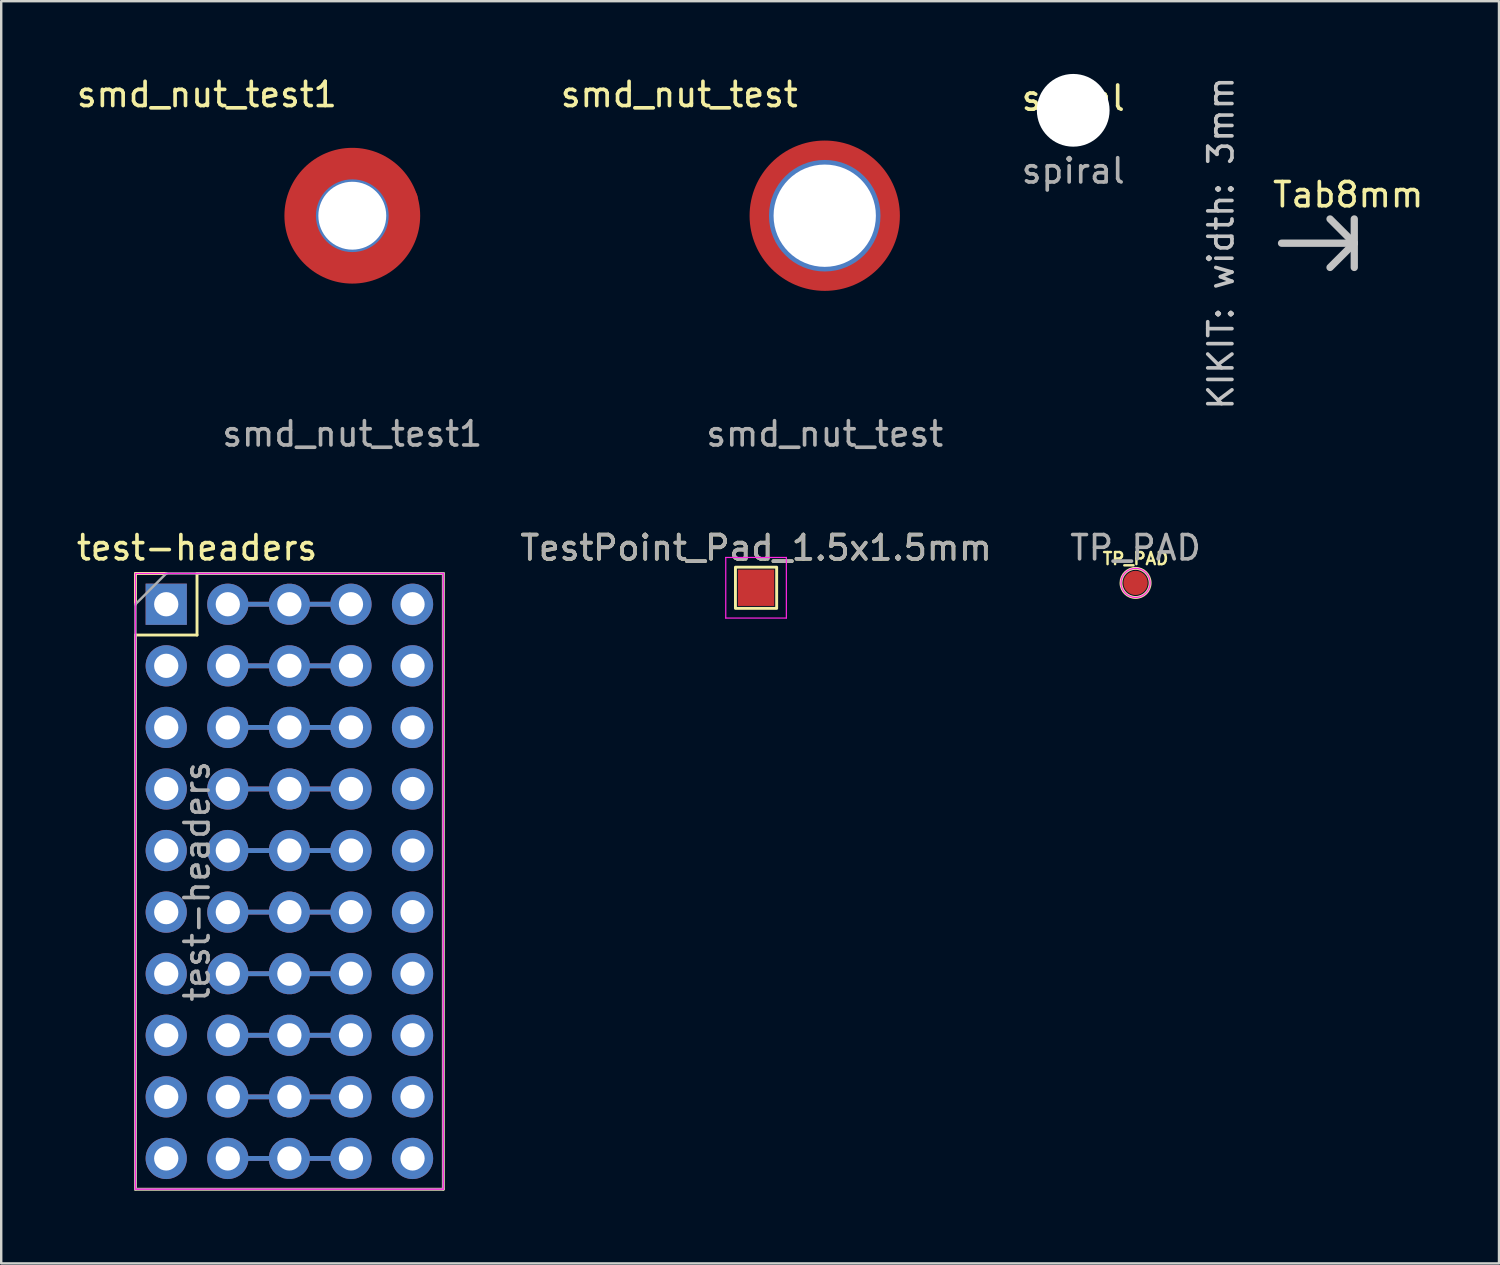
<source format=kicad_pcb>
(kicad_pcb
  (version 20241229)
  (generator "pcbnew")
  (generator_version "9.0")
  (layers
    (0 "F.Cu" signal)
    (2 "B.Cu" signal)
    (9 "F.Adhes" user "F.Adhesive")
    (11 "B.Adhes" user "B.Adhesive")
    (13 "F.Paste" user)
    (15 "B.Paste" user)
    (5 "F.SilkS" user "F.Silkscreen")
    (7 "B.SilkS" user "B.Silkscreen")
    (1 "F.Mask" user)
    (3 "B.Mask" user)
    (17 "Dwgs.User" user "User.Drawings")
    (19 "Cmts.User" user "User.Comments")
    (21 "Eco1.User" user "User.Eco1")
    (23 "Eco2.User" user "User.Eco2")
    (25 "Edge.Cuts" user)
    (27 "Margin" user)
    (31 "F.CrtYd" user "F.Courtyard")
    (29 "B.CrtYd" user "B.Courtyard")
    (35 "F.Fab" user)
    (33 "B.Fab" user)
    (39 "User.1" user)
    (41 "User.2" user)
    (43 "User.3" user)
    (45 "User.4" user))
  (footprint "TestPoint_Pad_1.5x1.5mm"
    (layer "F.Cu")
    (at 28.137 21.195)
    (property "Reference" "TestPoint_Pad_1.5x1.5mm" (at 0 -1.648 0) (layer "F.SilkS") (effects (font (size 1 1) (thickness 0.15))))
    (attr exclude_from_pos_files exclude_from_bom)
    (fp_rect (start 0.85 0.85) (end -0.85 -0.85) (stroke (width 0.12) (type default)) (fill no) (layer "F.SilkS"))
    (fp_line (start -1.25 -1.25) (end -1.25 1.25) (stroke (width 0.05) (type solid)) (layer "F.CrtYd"))
    (fp_line (start -1.25 -1.25) (end 1.25 -1.25) (stroke (width 0.05) (type solid)) (layer "F.CrtYd"))
    (fp_line (start 1.25 1.25) (end -1.25 1.25) (stroke (width 0.05) (type solid)) (layer "F.CrtYd"))
    (fp_line (start 1.25 1.25) (end 1.25 -1.25) (stroke (width 0.05) (type solid)) (layer "F.CrtYd"))
    (fp_text user "${REFERENCE}" (at 0 -1.65 0) (layer "F.Fab") (effects (font (size 1 1) (thickness 0.15))))
    (pad "1" smd rect (at 0 0) (size 1.5 1.5) (layers "F.Cu" "F.Mask")))
  (footprint "test-headers"
    (layer "F.Cu")
    (at 3.807 21.875)
    (property "Reference" "test-headers" (at 1.27 -2.33 0) (layer "F.SilkS") (effects (font (size 1 1) (thickness 0.15))))
    (attr through_hole exclude_from_pos_files exclude_from_bom dnp)
    (fp_line (start -1.27 -1.27) (end 0 -1.27) (stroke (width 0.12) (type solid)) (layer "F.SilkS"))
    (fp_line (start -1.27 0) (end -1.27 -1.27) (stroke (width 0.12) (type solid)) (layer "F.SilkS"))
    (fp_line (start -1.27 1.27) (end -1.27 24.13) (stroke (width 0.12) (type solid)) (layer "F.SilkS"))
    (fp_line (start -1.27 1.27) (end 1.27 1.27) (stroke (width 0.12) (type solid)) (layer "F.SilkS"))
    (fp_line (start -1.27 24.13) (end 11.43 24.13) (stroke (width 0.12) (type solid)) (layer "F.SilkS"))
    (fp_line (start 1.27 -1.27) (end 11.43 -1.27) (stroke (width 0.12) (type solid)) (layer "F.SilkS"))
    (fp_line (start 1.27 1.27) (end 1.27 -1.27) (stroke (width 0.12) (type solid)) (layer "F.SilkS"))
    (fp_line (start 11.43 -1.27) (end 11.43 24.13) (stroke (width 0.12) (type solid)) (layer "F.SilkS"))
    (fp_line (start -1.27 -1.27) (end -1.27 24.13) (stroke (width 0.05) (type solid)) (layer "F.CrtYd"))
    (fp_line (start -1.27 24.13) (end 11.43 24.13) (stroke (width 0.05) (type solid)) (layer "F.CrtYd"))
    (fp_line (start 11.43 -1.27) (end -1.27 -1.27) (stroke (width 0.05) (type solid)) (layer "F.CrtYd"))
    (fp_line (start 11.43 24.13) (end 11.43 -1.27) (stroke (width 0.05) (type solid)) (layer "F.CrtYd"))
    (fp_line (start -1.27 0) (end 0 -1.27) (stroke (width 0.1) (type solid)) (layer "F.Fab"))
    (fp_line (start -1.27 24.13) (end -1.27 0) (stroke (width 0.1) (type solid)) (layer "F.Fab"))
    (fp_line (start 0 -1.27) (end 11.43 -1.27) (stroke (width 0.1) (type solid)) (layer "F.Fab"))
    (fp_line (start 11.43 -1.27) (end 11.43 24.13) (stroke (width 0.1) (type solid)) (layer "F.Fab"))
    (fp_line (start 11.43 24.13) (end -1.27 24.13) (stroke (width 0.1) (type solid)) (layer "F.Fab"))
    (fp_text user "${REFERENCE}" (at 1.27 11.43 90) (layer "F.Fab") (effects (font (size 1 1) (thickness 0.15))))
    (pad "1" thru_hole rect (at 0 0) (size 1.7 1.7) (drill 1) (layers "*.Cu" "*.Mask"))
    (pad "2" thru_hole oval (at 2.54 0) (size 1.7 1.7) (drill 1) (layers "*.Cu" "*.Mask"))
    (pad "2" thru_hole custom (at 5.08 0) (size 1.7 1.7) (drill 1) (layers "*.Cu" "*.Mask") (options (anchor circle)) (primitives (gr_line (start 0 0) (end 2.54 0) (width 0.2)) (gr_line (start 0 0) (end -2.54 0) (width 0.2)) (gr_poly (pts (xy 0.85 0) (xy 0.831 -0.177) (xy 0.777 -0.346) (xy 0.688 -0.5) (xy 0.569 -0.632) (xy 0.425 -0.736) (xy 0.263 -0.808) (xy 0.089 -0.845) (xy -0.089 -0.845) (xy -0.263 -0.808) (xy -0.425 -0.736) (xy -0.569 -0.632) (xy -0.688 -0.5) (xy -0.777 -0.346) (xy -0.831 -0.177) (xy -0.85 0) (xy -0.831 0.177) (xy -0.777 0.346) (xy -0.688 0.5) (xy -0.569 0.632) (xy -0.425 0.736) (xy -0.263 0.808) (xy -0.089 0.845) (xy 0.089 0.845) (xy 0.263 0.808) (xy 0.425 0.736) (xy 0.569 0.632) (xy 0.688 0.5) (xy 0.777 0.346) (xy 0.831 0.177) (xy 0.85 0)) (width 0) (fill yes))))
    (pad "2" thru_hole oval (at 7.62 0) (size 1.7 1.7) (drill 1) (layers "*.Cu" "*.Mask"))
    (pad "3" thru_hole oval (at 0 2.54) (size 1.7 1.7) (drill 1) (layers "*.Cu" "*.Mask"))
    (pad "4" thru_hole oval (at 2.54 2.54) (size 1.7 1.7) (drill 1) (layers "*.Cu" "*.Mask"))
    (pad "4" thru_hole custom (at 5.08 2.54) (size 1.7 1.7) (drill 1) (layers "*.Cu" "*.Mask") (options (anchor circle)) (primitives (gr_poly (pts (xy 0.85 0) (xy 0.831 -0.177) (xy 0.777 -0.346) (xy 0.688 -0.5) (xy 0.569 -0.632) (xy 0.425 -0.736) (xy 0.263 -0.808) (xy 0.089 -0.845) (xy -0.089 -0.845) (xy -0.263 -0.808) (xy -0.425 -0.736) (xy -0.569 -0.632) (xy -0.688 -0.5) (xy -0.777 -0.346) (xy -0.831 -0.177) (xy -0.85 0) (xy -0.831 0.177) (xy -0.777 0.346) (xy -0.688 0.5) (xy -0.569 0.632) (xy -0.425 0.736) (xy -0.263 0.808) (xy -0.089 0.845) (xy 0.089 0.845) (xy 0.263 0.808) (xy 0.425 0.736) (xy 0.569 0.632) (xy 0.688 0.5) (xy 0.777 0.346) (xy 0.831 0.177) (xy 0.85 0)) (width 0) (fill yes)) (gr_line (start 2.54 0) (end -2.54 0) (width 0.2)) (gr_line (start 0 0) (end 2.54 0) (width 0.2))))
    (pad "4" thru_hole oval (at 7.62 2.54) (size 1.7 1.7) (drill 1) (layers "*.Cu" "*.Mask"))
    (pad "5" thru_hole oval (at 0 5.08) (size 1.7 1.7) (drill 1) (layers "*.Cu" "*.Mask"))
    (pad "6" thru_hole oval (at 2.54 5.08) (size 1.7 1.7) (drill 1) (layers "*.Cu" "*.Mask"))
    (pad "6" thru_hole custom (at 5.08 5.08) (size 1.7 1.7) (drill 1) (layers "*.Cu" "*.Mask") (options (anchor circle)) (primitives (gr_poly (pts (xy 0.85 0) (xy 0.831 -0.177) (xy 0.777 -0.346) (xy 0.688 -0.5) (xy 0.569 -0.632) (xy 0.425 -0.736) (xy 0.263 -0.808) (xy 0.089 -0.845) (xy -0.089 -0.845) (xy -0.263 -0.808) (xy -0.425 -0.736) (xy -0.569 -0.632) (xy -0.688 -0.5) (xy -0.777 -0.346) (xy -0.831 -0.177) (xy -0.85 0) (xy -0.831 0.177) (xy -0.777 0.346) (xy -0.688 0.5) (xy -0.569 0.632) (xy -0.425 0.736) (xy -0.263 0.808) (xy -0.089 0.845) (xy 0.089 0.845) (xy 0.263 0.808) (xy 0.425 0.736) (xy 0.569 0.632) (xy 0.688 0.5) (xy 0.777 0.346) (xy 0.831 0.177) (xy 0.85 0)) (width 0) (fill yes)) (gr_line (start 2.54 0) (end -2.54 0) (width 0.2)) (gr_line (start 0 0) (end 2.54 0) (width 0.2))))
    (pad "6" thru_hole oval (at 7.62 5.08) (size 1.7 1.7) (drill 1) (layers "*.Cu" "*.Mask"))
    (pad "7" thru_hole oval (at 0 7.62) (size 1.7 1.7) (drill 1) (layers "*.Cu" "*.Mask"))
    (pad "8" thru_hole oval (at 2.54 7.62) (size 1.7 1.7) (drill 1) (layers "*.Cu" "*.Mask"))
    (pad "8" thru_hole custom (at 5.08 7.62) (size 1.7 1.7) (drill 1) (layers "*.Cu" "*.Mask") (options (anchor circle)) (primitives (gr_poly (pts (xy 0.85 0) (xy 0.831 -0.177) (xy 0.777 -0.346) (xy 0.688 -0.5) (xy 0.569 -0.632) (xy 0.425 -0.736) (xy 0.263 -0.808) (xy 0.089 -0.845) (xy -0.089 -0.845) (xy -0.263 -0.808) (xy -0.425 -0.736) (xy -0.569 -0.632) (xy -0.688 -0.5) (xy -0.777 -0.346) (xy -0.831 -0.177) (xy -0.85 0) (xy -0.831 0.177) (xy -0.777 0.346) (xy -0.688 0.5) (xy -0.569 0.632) (xy -0.425 0.736) (xy -0.263 0.808) (xy -0.089 0.845) (xy 0.089 0.845) (xy 0.263 0.808) (xy 0.425 0.736) (xy 0.569 0.632) (xy 0.688 0.5) (xy 0.777 0.346) (xy 0.831 0.177) (xy 0.85 0)) (width 0) (fill yes)) (gr_line (start 2.54 0) (end -2.54 0) (width 0.2))))
    (pad "8" thru_hole oval (at 7.62 7.62) (size 1.7 1.7) (drill 1) (layers "*.Cu" "*.Mask"))
    (pad "9" thru_hole oval (at 0 10.16) (size 1.7 1.7) (drill 1) (layers "*.Cu" "*.Mask"))
    (pad "10" thru_hole oval (at 2.54 10.16) (size 1.7 1.7) (drill 1) (layers "*.Cu" "*.Mask"))
    (pad "10" thru_hole custom (at 5.08 10.16) (size 1.7 1.7) (drill 1) (layers "*.Cu" "*.Mask") (options (anchor circle)) (primitives (gr_poly (pts (xy 0.85 0) (xy 0.831 -0.177) (xy 0.777 -0.346) (xy 0.688 -0.5) (xy 0.569 -0.632) (xy 0.425 -0.736) (xy 0.263 -0.808) (xy 0.089 -0.845) (xy -0.089 -0.845) (xy -0.263 -0.808) (xy -0.425 -0.736) (xy -0.569 -0.632) (xy -0.688 -0.5) (xy -0.777 -0.346) (xy -0.831 -0.177) (xy -0.85 0) (xy -0.831 0.177) (xy -0.777 0.346) (xy -0.688 0.5) (xy -0.569 0.632) (xy -0.425 0.736) (xy -0.263 0.808) (xy -0.089 0.845) (xy 0.089 0.845) (xy 0.263 0.808) (xy 0.425 0.736) (xy 0.569 0.632) (xy 0.688 0.5) (xy 0.777 0.346) (xy 0.831 0.177) (xy 0.85 0)) (width 0) (fill yes)) (gr_line (start 2.54 0) (end -2.54 0) (width 0.2))))
    (pad "10" thru_hole oval (at 7.62 10.16) (size 1.7 1.7) (drill 1) (layers "*.Cu" "*.Mask"))
    (pad "11" thru_hole oval (at 0 12.7) (size 1.7 1.7) (drill 1) (layers "*.Cu" "*.Mask"))
    (pad "12" thru_hole oval (at 2.54 12.7) (size 1.7 1.7) (drill 1) (layers "*.Cu" "*.Mask"))
    (pad "12" thru_hole custom (at 5.08 12.7) (size 1.7 1.7) (drill 1) (layers "*.Cu" "*.Mask") (options (anchor circle)) (primitives (gr_poly (pts (xy 0.85 0) (xy 0.831 -0.177) (xy 0.777 -0.346) (xy 0.688 -0.5) (xy 0.569 -0.632) (xy 0.425 -0.736) (xy 0.263 -0.808) (xy 0.089 -0.845) (xy -0.089 -0.845) (xy -0.263 -0.808) (xy -0.425 -0.736) (xy -0.569 -0.632) (xy -0.688 -0.5) (xy -0.777 -0.346) (xy -0.831 -0.177) (xy -0.85 0) (xy -0.831 0.177) (xy -0.777 0.346) (xy -0.688 0.5) (xy -0.569 0.632) (xy -0.425 0.736) (xy -0.263 0.808) (xy -0.089 0.845) (xy 0.089 0.845) (xy 0.263 0.808) (xy 0.425 0.736) (xy 0.569 0.632) (xy 0.688 0.5) (xy 0.777 0.346) (xy 0.831 0.177) (xy 0.85 0)) (width 0) (fill yes)) (gr_line (start 2.54 0) (end -2.54 0) (width 0.2))))
    (pad "12" thru_hole oval (at 7.62 12.7) (size 1.7 1.7) (drill 1) (layers "*.Cu" "*.Mask"))
    (pad "13" thru_hole oval (at 0 15.24) (size 1.7 1.7) (drill 1) (layers "*.Cu" "*.Mask"))
    (pad "14" thru_hole oval (at 2.54 15.24) (size 1.7 1.7) (drill 1) (layers "*.Cu" "*.Mask"))
    (pad "14" thru_hole custom (at 5.08 15.24) (size 1.7 1.7) (drill 1) (layers "*.Cu" "*.Mask") (options (anchor circle)) (primitives (gr_poly (pts (xy 0.85 0) (xy 0.831 -0.177) (xy 0.777 -0.346) (xy 0.688 -0.5) (xy 0.569 -0.632) (xy 0.425 -0.736) (xy 0.263 -0.808) (xy 0.089 -0.845) (xy -0.089 -0.845) (xy -0.263 -0.808) (xy -0.425 -0.736) (xy -0.569 -0.632) (xy -0.688 -0.5) (xy -0.777 -0.346) (xy -0.831 -0.177) (xy -0.85 0) (xy -0.831 0.177) (xy -0.777 0.346) (xy -0.688 0.5) (xy -0.569 0.632) (xy -0.425 0.736) (xy -0.263 0.808) (xy -0.089 0.845) (xy 0.089 0.845) (xy 0.263 0.808) (xy 0.425 0.736) (xy 0.569 0.632) (xy 0.688 0.5) (xy 0.777 0.346) (xy 0.831 0.177) (xy 0.85 0)) (width 0) (fill yes)) (gr_line (start 2.54 0) (end -2.54 0) (width 0.2))))
    (pad "14" thru_hole oval (at 7.62 15.24) (size 1.7 1.7) (drill 1) (layers "*.Cu" "*.Mask"))
    (pad "15" thru_hole oval (at 0 17.78) (size 1.7 1.7) (drill 1) (layers "*.Cu" "*.Mask"))
    (pad "16" thru_hole oval (at 2.54 17.78) (size 1.7 1.7) (drill 1) (layers "*.Cu" "*.Mask"))
    (pad "16" thru_hole custom (at 5.08 17.78) (size 1.7 1.7) (drill 1) (layers "*.Cu" "*.Mask") (options (anchor circle)) (primitives (gr_poly (pts (xy 0.85 0) (xy 0.831 -0.177) (xy 0.777 -0.346) (xy 0.688 -0.5) (xy 0.569 -0.632) (xy 0.425 -0.736) (xy 0.263 -0.808) (xy 0.089 -0.845) (xy -0.089 -0.845) (xy -0.263 -0.808) (xy -0.425 -0.736) (xy -0.569 -0.632) (xy -0.688 -0.5) (xy -0.777 -0.346) (xy -0.831 -0.177) (xy -0.85 0) (xy -0.831 0.177) (xy -0.777 0.346) (xy -0.688 0.5) (xy -0.569 0.632) (xy -0.425 0.736) (xy -0.263 0.808) (xy -0.089 0.845) (xy 0.089 0.845) (xy 0.263 0.808) (xy 0.425 0.736) (xy 0.569 0.632) (xy 0.688 0.5) (xy 0.777 0.346) (xy 0.831 0.177) (xy 0.85 0)) (width 0) (fill yes)) (gr_line (start 2.54 0) (end -2.54 0) (width 0.2))))
    (pad "16" thru_hole oval (at 7.62 17.78) (size 1.7 1.7) (drill 1) (layers "*.Cu" "*.Mask"))
    (pad "17" thru_hole oval (at 0 20.32) (size 1.7 1.7) (drill 1) (layers "*.Cu" "*.Mask"))
    (pad "18" thru_hole oval (at 2.54 20.32) (size 1.7 1.7) (drill 1) (layers "*.Cu" "*.Mask"))
    (pad "18" thru_hole custom (at 5.08 20.32) (size 1.7 1.7) (drill 1) (layers "*.Cu" "*.Mask") (options (anchor circle)) (primitives (gr_poly (pts (xy 0.85 0) (xy 0.831 -0.177) (xy 0.777 -0.346) (xy 0.688 -0.5) (xy 0.569 -0.632) (xy 0.425 -0.736) (xy 0.263 -0.808) (xy 0.089 -0.845) (xy -0.089 -0.845) (xy -0.263 -0.808) (xy -0.425 -0.736) (xy -0.569 -0.632) (xy -0.688 -0.5) (xy -0.777 -0.346) (xy -0.831 -0.177) (xy -0.85 0) (xy -0.831 0.177) (xy -0.777 0.346) (xy -0.688 0.5) (xy -0.569 0.632) (xy -0.425 0.736) (xy -0.263 0.808) (xy -0.089 0.845) (xy 0.089 0.845) (xy 0.263 0.808) (xy 0.425 0.736) (xy 0.569 0.632) (xy 0.688 0.5) (xy 0.777 0.346) (xy 0.831 0.177) (xy 0.85 0)) (width 0) (fill yes)) (gr_line (start 2.54 0) (end -2.04 0) (width 0.2)) (gr_line (start -2.04 0) (end -2.54 0) (width 0.2))))
    (pad "18" thru_hole oval (at 7.62 20.32) (size 1.7 1.7) (drill 1) (layers "*.Cu" "*.Mask"))
    (pad "19" thru_hole oval (at 0 22.86) (size 1.7 1.7) (drill 1) (layers "*.Cu" "*.Mask"))
    (pad "19" thru_hole oval (at 10.16 0) (size 1.7 1.7) (drill 1) (layers "*.Cu" "*.Mask"))
    (pad "19" thru_hole oval (at 10.16 2.54) (size 1.7 1.7) (drill 1) (layers "*.Cu" "*.Mask"))
    (pad "19" thru_hole oval (at 10.16 5.08) (size 1.7 1.7) (drill 1) (layers "*.Cu" "*.Mask"))
    (pad "19" thru_hole oval (at 10.16 7.62) (size 1.7 1.7) (drill 1) (layers "*.Cu" "*.Mask"))
    (pad "19" thru_hole oval (at 10.16 10.16) (size 1.7 1.7) (drill 1) (layers "*.Cu" "*.Mask"))
    (pad "19" thru_hole oval (at 10.16 12.7) (size 1.7 1.7) (drill 1) (layers "*.Cu" "*.Mask"))
    (pad "19" thru_hole oval (at 10.16 15.24) (size 1.7 1.7) (drill 1) (layers "*.Cu" "*.Mask"))
    (pad "19" thru_hole oval (at 10.16 17.78) (size 1.7 1.7) (drill 1) (layers "*.Cu" "*.Mask"))
    (pad "19" thru_hole oval (at 10.16 20.32) (size 1.7 1.7) (drill 1) (layers "*.Cu" "*.Mask"))
    (pad "19" thru_hole oval (at 10.16 22.86) (size 1.7 1.7) (drill 1) (layers "*.Cu" "*.Mask"))
    (pad "20" thru_hole oval (at 2.54 22.86) (size 1.7 1.7) (drill 1) (layers "*.Cu" "*.Mask"))
    (pad "20" thru_hole custom (at 5.08 22.86) (size 1.7 1.7) (drill 1) (layers "*.Cu" "*.Mask") (options (anchor circle)) (primitives (gr_poly (pts (xy 0.85 0) (xy 0.831 -0.177) (xy 0.777 -0.346) (xy 0.688 -0.5) (xy 0.569 -0.632) (xy 0.425 -0.736) (xy 0.263 -0.808) (xy 0.089 -0.845) (xy -0.089 -0.845) (xy -0.263 -0.808) (xy -0.425 -0.736) (xy -0.569 -0.632) (xy -0.688 -0.5) (xy -0.777 -0.346) (xy -0.831 -0.177) (xy -0.85 0) (xy -0.831 0.177) (xy -0.777 0.346) (xy -0.688 0.5) (xy -0.569 0.632) (xy -0.425 0.736) (xy -0.263 0.808) (xy -0.089 0.845) (xy 0.089 0.845) (xy 0.263 0.808) (xy 0.425 0.736) (xy 0.569 0.632) (xy 0.688 0.5) (xy 0.777 0.346) (xy 0.831 0.177) (xy 0.85 0)) (width 0) (fill yes)) (gr_line (start 2.54 0) (end -2.54 0) (width 0.2))))
    (pad "20" thru_hole oval (at 7.62 22.86) (size 1.7 1.7) (drill 1) (layers "*.Cu" "*.Mask")))
  (footprint "TP_PAD"
    (layer "F.Cu")
    (at 43.791 20.995)
    (property "Reference" "TP_PAD" (at 0 -1 0) (layer "F.SilkS") (effects (font (size 0.5 0.5) (thickness 0.1))))
    (attr exclude_from_pos_files exclude_from_bom)
    (fp_circle (center 0 0) (end 0.6 0) (stroke (width 0.12) (type solid)) (fill no) (layer "F.SilkS"))
    (fp_circle (center 0 0) (end 0.6 0) (stroke (width 0.05) (type solid)) (fill no) (layer "F.CrtYd"))
    (fp_text user "${REFERENCE}" (at 0 -1.45 0) (layer "F.Fab") (effects (font (size 1 1) (thickness 0.15))))
    (pad "1" smd circle (at 0 0) (size 1 1) (layers "F.Cu" "F.Mask")))
  (footprint "smd_nut_test"
    (layer "F.Cu")
    (at 30.97 5.848)
    (property "Reference" "smd_nut_test" (at -6 -5 0) (unlocked yes) (layer "F.SilkS") (effects (font (size 1 1) (thickness 0.15))))
    (attr through_hole)
    (fp_text user "${REFERENCE}" (at 0 9 0) (unlocked yes) (layer "F.Fab") (effects (font (size 1 1) (thickness 0.15))))
    (pad "1" smd custom (at -2.6 0) (size 0.1 0.1) (layers "F.Cu" "F.Mask" "F.Paste") (options (anchor circle)) (primitives (gr_arc (start 0 0) (mid 0.348334 -1.3) (end 1.3 -2.251666) (width 0.9))))
    (pad "1" smd custom (at 0 -2.6 270) (size 0.1 0.1) (layers "F.Cu" "F.Mask" "F.Paste") (options (anchor circle)) (primitives (gr_arc (start 0 0) (mid 0.348334 -1.3) (end 1.3 -2.251666) (width 0.9))))
    (pad "1" thru_hole circle (at 0 0) (size 4.6 4.6) (drill 4.22) (layers "*.Cu" "*.Mask"))
    (pad "1" smd circle (at 0 0) (size 6.2 6.2) (layers "F.Cu" "F.Mask"))
    (pad "1" smd custom (at 0 2.6 90) (size 0.1 0.1) (layers "F.Cu" "F.Mask" "F.Paste") (options (anchor circle)) (primitives (gr_arc (start 0 0) (mid 0.348334 -1.3) (end 1.3 -2.251666) (width 0.9))))
    (pad "1" smd custom (at 2.6 0 180) (size 0.1 0.1) (layers "F.Cu" "F.Mask" "F.Paste") (options (anchor circle)) (primitives (gr_arc (start 0 0) (mid 0.348334 -1.3) (end 1.3 -2.251666) (width 0.9)))))
  (footprint "smd_nut_test1"
    (layer "F.Cu")
    (at 11.482 5.848)
    (property "Reference" "smd_nut_test1" (at -6 -5 0) (unlocked yes) (layer "F.SilkS") (effects (font (size 1 1) (thickness 0.15))))
    (attr through_hole)
    (fp_text user "${REFERENCE}" (at 0 9 0) (unlocked yes) (layer "F.Fab") (effects (font (size 1 1) (thickness 0.15))))
    (pad "1" smd custom (at 0 -2 270) (size 0.1 0.1) (layers "F.Cu" "F.Mask" "F.Paste") (options (anchor circle)) (primitives (gr_arc (start 0 0) (mid 0.348334 -1.3) (end 1.3 -2.251666) (width 0.9))))
    (pad "1" thru_hole circle (at 0 0) (size 3 3) (drill 2.8) (layers "*.Cu" "*.Mask"))
    (pad "1" smd circle (at 0 0) (size 5.6 5.6) (layers "F.Cu" "F.Paste")))
  (footprint "Tab8mm"
    (layer "F.Cu")
    (at 52.813 6.982)
    (property "Reference" "Tab8mm" (at -0.25 -2 0) (layer "F.SilkS") (effects (font (size 1 1) (thickness 0.15))))
    (attr board_only exclude_from_pos_files exclude_from_bom allow_missing_courtyard)
    (fp_line (start 0 0) (end -3 0) (stroke (width 0.3) (type solid)) (layer "Dwgs.User"))
    (fp_line (start 0 0) (end -1 -1) (stroke (width 0.3) (type solid)) (layer "Dwgs.User"))
    (fp_line (start 0 0) (end -1 1) (stroke (width 0.3) (type solid)) (layer "Dwgs.User"))
    (fp_line (start 0 1) (end 0 -1) (stroke (width 0.3) (type solid)) (layer "Dwgs.User"))
    (fp_text user "KIKIT: width: 3mm" (at -5.5 0 90) (layer "Dwgs.User") (effects (font (size 1 1) (thickness 0.15)))))
  (footprint "spiral"
    (layer "F.Cu")
    (at 41.22 1.5)
    (property "Reference" "spiral" (at 0 -0.5 0) (unlocked yes) (layer "F.SilkS") (effects (font (size 1 1) (thickness 0.15))))
    (attr through_hole)
    (fp_text user "${REFERENCE}" (at 0 2.5 0) (unlocked yes) (layer "F.Fab") (effects (font (size 1 1) (thickness 0.15))))
    (pad "" np_thru_hole circle (at 0 0) (size 3 3) (drill 3) (layers "*.Cu" "*.Mask")))
  (gr_rect
    (start -3 -3)
    (end 58.783 49.065)
    (stroke (width 0.1) (type default))
    (fill no)
    (layer "Edge.Cuts")))
</source>
